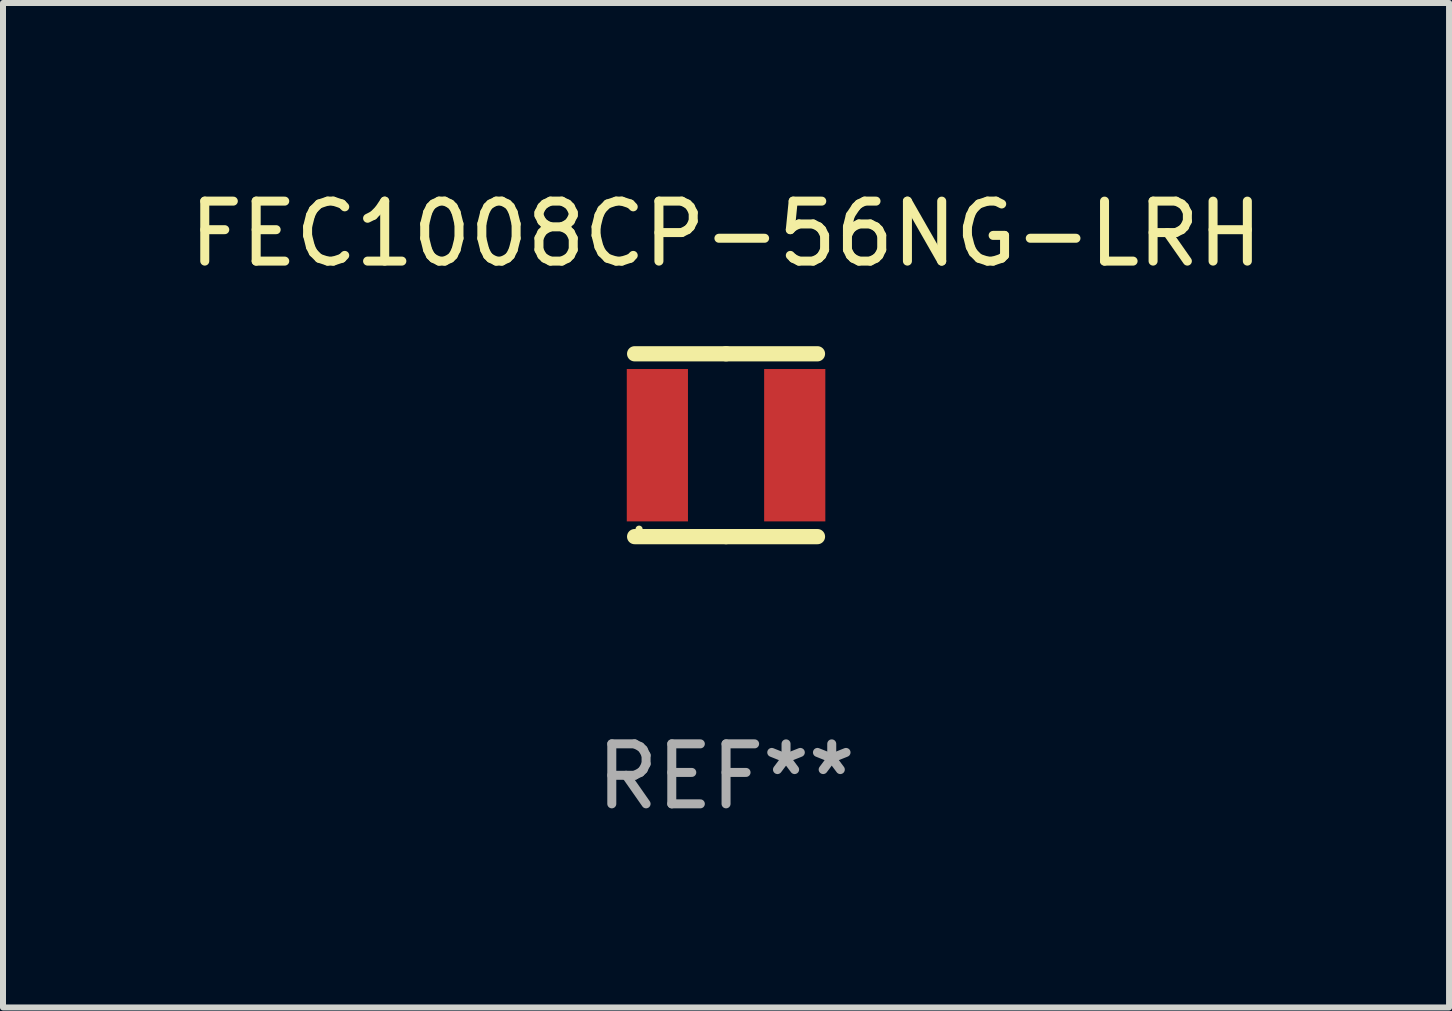
<source format=kicad_pcb>
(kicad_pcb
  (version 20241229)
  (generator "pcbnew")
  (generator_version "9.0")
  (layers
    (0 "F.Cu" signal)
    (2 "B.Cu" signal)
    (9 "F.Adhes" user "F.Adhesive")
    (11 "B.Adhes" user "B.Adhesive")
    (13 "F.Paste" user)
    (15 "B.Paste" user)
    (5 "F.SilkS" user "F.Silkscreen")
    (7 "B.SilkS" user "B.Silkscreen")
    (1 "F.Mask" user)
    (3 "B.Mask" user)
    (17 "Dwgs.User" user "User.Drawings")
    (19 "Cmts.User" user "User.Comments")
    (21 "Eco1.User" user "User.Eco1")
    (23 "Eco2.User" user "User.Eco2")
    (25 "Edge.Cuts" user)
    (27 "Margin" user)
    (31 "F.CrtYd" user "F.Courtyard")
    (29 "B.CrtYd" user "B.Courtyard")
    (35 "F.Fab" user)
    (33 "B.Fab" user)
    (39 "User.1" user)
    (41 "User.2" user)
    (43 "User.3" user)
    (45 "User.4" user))
  (footprint "FEC1008CP-56NG-LRH"
    (layer "F.Cu")
    (at 9.054 4.372)
    (property "Reference" "FEC1008CP-56NG-LRH" (at 0 -3.524 0) (layer "F.SilkS") (effects (font (size 1 1) (thickness 0.15))))
    (attr through_hole)
    (fp_line (start -1.524 -1.524) (end 0 -1.524) (stroke (width 0.254) (type solid)) (layer "F.SilkS"))
    (fp_line (start 0 -1.524) (end 1.524 -1.524) (stroke (width 0.254) (type solid)) (layer "F.SilkS"))
    (fp_line (start 0 1.524) (end -1.524 1.524) (stroke (width 0.254) (type solid)) (layer "F.SilkS"))
    (fp_line (start 1.524 1.524) (end 0 1.524) (stroke (width 0.254) (type solid)) (layer "F.SilkS"))
    (fp_circle (center -1.45 1.4) (end -1.42 1.4) (stroke (width 0.06) (type solid)) (fill no) (layer "F.SilkS"))
    (fp_text user "REF**" (at 0 5.524 0) (layer "F.Fab") (effects (font (size 1 1) (thickness 0.15))))
    (pad "1" smd rect (at -1.145 0) (size 1.02 2.54) (layers "F.Cu" "F.Mask" "F.Paste"))
    (pad "2" smd rect (at 1.145 0) (size 1.02 2.54) (layers "F.Cu" "F.Mask" "F.Paste")))
  (gr_rect
    (start -3 -3)
    (end 21.107 13.745)
    (stroke (width 0.1) (type default))
    (fill no)
    (layer "Edge.Cuts")))
</source>
